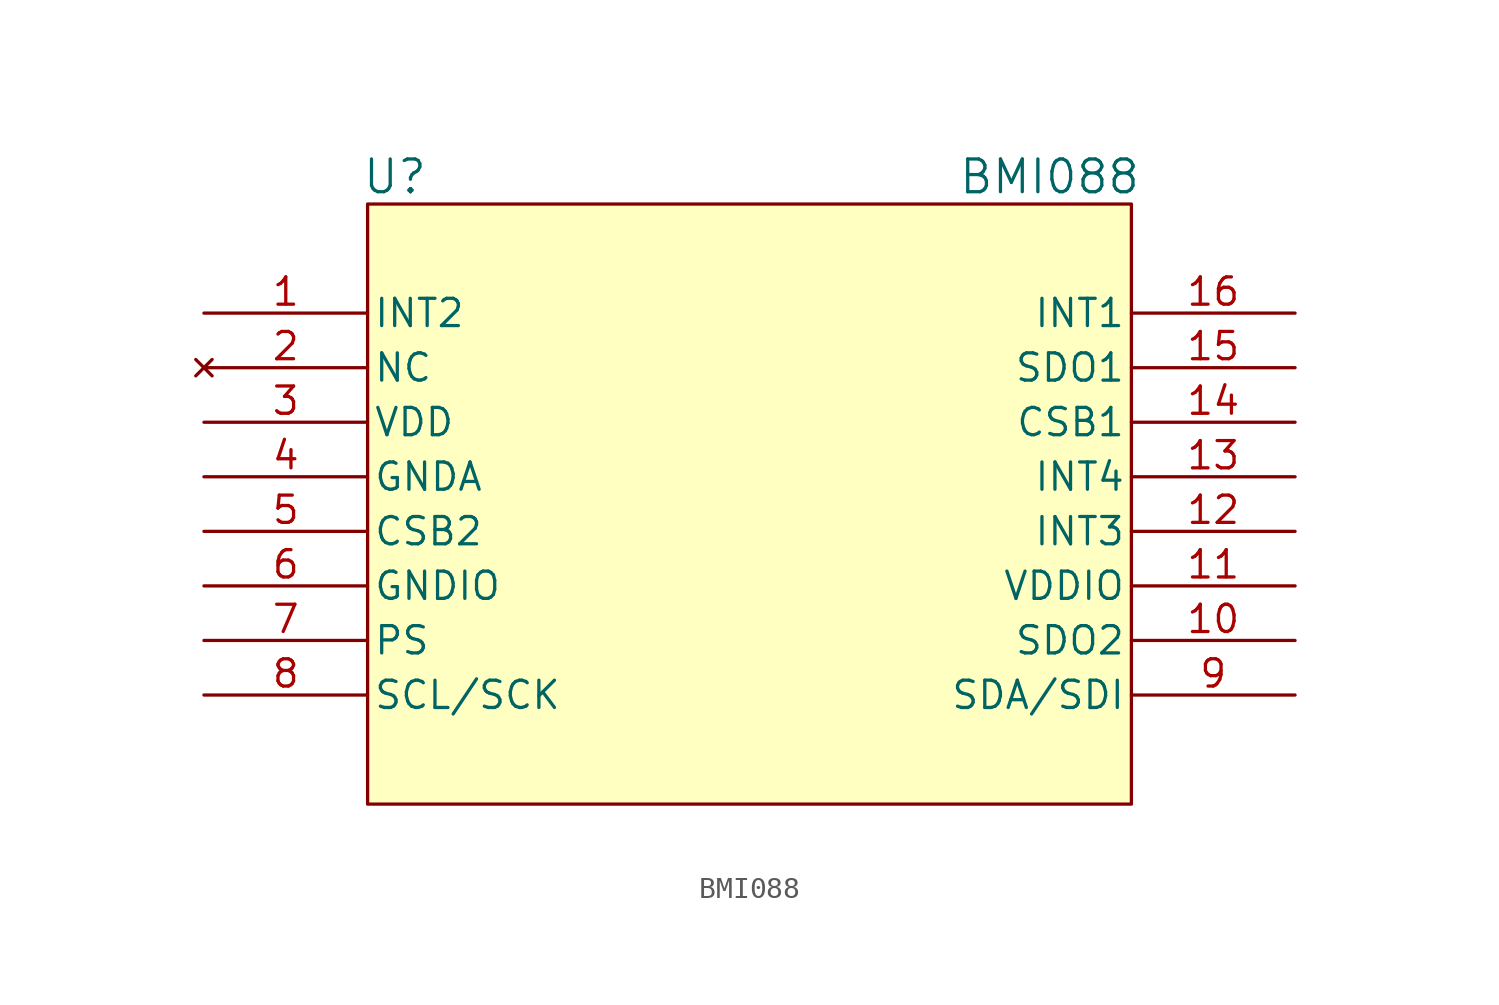
<source format=kicad_sym>
(kicad_symbol_lib
  (version 20220914)
  (generator kicad_symbol_editor)
  (symbol "BMI088"
    (pin_names
      (offset 0.254))
    (property "Reference" "U"
      (at 8.89 6.35 0)
      (effects (font (size 1.524 1.524))))
    (property "Value" "BMI088"
      (at 39.37 6.35 0)
      (effects (font (size 1.524 1.524))))
    (property "ki_locked" ""
      (at 0 0 0)
      (effects (font (size 1.27 1.27))))
    (symbol "BMI088_0_1"
      (pin bidirectional line (at 0 0 0) (length 7.62) (name "INT2" (effects (font (size 1.27 1.27)))) (number "1" (effects (font (size 1.27 1.27)))))
      (pin bidirectional line (at 50.8 -15.24 180) (length 7.62) (name "SDO2" (effects (font (size 1.27 1.27)))) (number "10" (effects (font (size 1.27 1.27)))))
      (pin power_in line (at 50.8 -12.7 180) (length 7.62) (name "VDDIO" (effects (font (size 1.27 1.27)))) (number "11" (effects (font (size 1.27 1.27)))))
      (pin bidirectional line (at 50.8 -10.16 180) (length 7.62) (name "INT3" (effects (font (size 1.27 1.27)))) (number "12" (effects (font (size 1.27 1.27)))))
      (pin bidirectional line (at 50.8 -7.62 180) (length 7.62) (name "INT4" (effects (font (size 1.27 1.27)))) (number "13" (effects (font (size 1.27 1.27)))))
      (pin bidirectional line (at 50.8 -5.08 180) (length 7.62) (name "CSB1" (effects (font (size 1.27 1.27)))) (number "14" (effects (font (size 1.27 1.27)))))
      (pin bidirectional line (at 50.8 -2.54 180) (length 7.62) (name "SDO1" (effects (font (size 1.27 1.27)))) (number "15" (effects (font (size 1.27 1.27)))))
      (pin bidirectional line (at 50.8 0 180) (length 7.62) (name "INT1" (effects (font (size 1.27 1.27)))) (number "16" (effects (font (size 1.27 1.27)))))
      (pin no_connect line (at 0 -2.54 0) (length 7.62) (name "NC" (effects (font (size 1.27 1.27)))) (number "2" (effects (font (size 1.27 1.27)))))
      (pin power_in line (at 0 -5.08 0) (length 7.62) (name "VDD" (effects (font (size 1.27 1.27)))) (number "3" (effects (font (size 1.27 1.27)))))
      (pin power_out line (at 0 -7.62 0) (length 7.62) (name "GNDA" (effects (font (size 1.27 1.27)))) (number "4" (effects (font (size 1.27 1.27)))))
      (pin bidirectional line (at 0 -10.16 0) (length 7.62) (name "CSB2" (effects (font (size 1.27 1.27)))) (number "5" (effects (font (size 1.27 1.27)))))
      (pin power_out line (at 0 -12.7 0) (length 7.62) (name "GNDIO" (effects (font (size 1.27 1.27)))) (number "6" (effects (font (size 1.27 1.27)))))
      (pin unspecified line (at 0 -15.24 0) (length 7.62) (name "PS" (effects (font (size 1.27 1.27)))) (number "7" (effects (font (size 1.27 1.27)))))
      (pin unspecified line (at 0 -17.78 0) (length 7.62) (name "SCL/SCK" (effects (font (size 1.27 1.27)))) (number "8" (effects (font (size 1.27 1.27)))))
      (pin unspecified line (at 50.8 -17.78 180) (length 7.62) (name "SDA/SDI" (effects (font (size 1.27 1.27)))) (number "9" (effects (font (size 1.27 1.27))))))
    (symbol "BMI088_1_1"
      (rectangle (start 7.62 5.08) (end 43.18 -22.86) (stroke (width 0) (type default)) (fill (type background))))))
</source>
